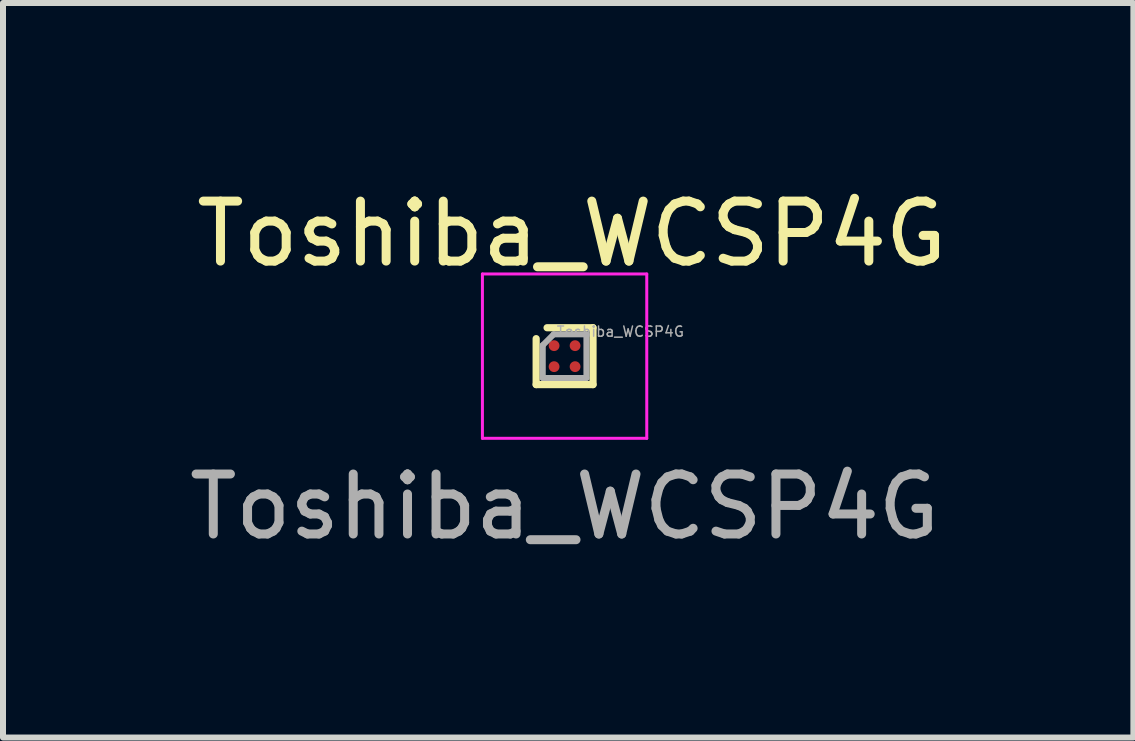
<source format=kicad_pcb>
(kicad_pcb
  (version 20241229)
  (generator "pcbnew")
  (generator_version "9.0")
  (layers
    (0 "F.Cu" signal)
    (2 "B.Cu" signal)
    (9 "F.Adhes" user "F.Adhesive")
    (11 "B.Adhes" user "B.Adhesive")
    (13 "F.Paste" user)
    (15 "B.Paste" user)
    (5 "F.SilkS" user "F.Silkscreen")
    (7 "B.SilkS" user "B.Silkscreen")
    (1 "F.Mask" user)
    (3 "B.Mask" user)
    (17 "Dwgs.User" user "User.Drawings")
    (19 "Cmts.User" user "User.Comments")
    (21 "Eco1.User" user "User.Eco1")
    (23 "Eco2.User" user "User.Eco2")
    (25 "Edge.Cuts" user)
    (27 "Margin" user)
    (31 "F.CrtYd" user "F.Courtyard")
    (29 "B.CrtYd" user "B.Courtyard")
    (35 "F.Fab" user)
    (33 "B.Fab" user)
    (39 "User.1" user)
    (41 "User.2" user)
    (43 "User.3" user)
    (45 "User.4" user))
  (footprint "Toshiba_WCSP4G"
    (layer "F.Cu")
    (at 6.363 2.898)
    (property "Reference" "Toshiba_WCSP4G" (at 0.12 -2.05 0) (unlocked yes) (layer "F.SilkS") (effects (font (size 1 1) (thickness 0.15))))
    (attr smd)
    (fp_line (start -0.474 0.464) (end -0.474 -0.302) (stroke (width 0.12) (type solid)) (layer "F.SilkS"))
    (fp_line (start -0.292 -0.484) (end 0.474 -0.484) (stroke (width 0.12) (type solid)) (layer "F.SilkS"))
    (fp_line (start 0.474 -0.484) (end 0.474 0.464) (stroke (width 0.12) (type solid)) (layer "F.SilkS"))
    (fp_line (start 0.474 0.464) (end -0.474 0.464) (stroke (width 0.12) (type solid)) (layer "F.SilkS"))
    (fp_line (start -1.37 -1.38) (end -1.37 1.36) (stroke (width 0.05) (type solid)) (layer "F.CrtYd"))
    (fp_line (start -1.37 1.36) (end 1.37 1.36) (stroke (width 0.05) (type solid)) (layer "F.CrtYd"))
    (fp_line (start 1.37 -1.38) (end -1.37 -1.38) (stroke (width 0.05) (type solid)) (layer "F.CrtYd"))
    (fp_line (start 1.37 1.36) (end 1.37 -1.38) (stroke (width 0.05) (type solid)) (layer "F.CrtYd"))
    (fp_line (start -0.364 -0.192) (end -0.182 -0.374) (stroke (width 0.1) (type solid)) (layer "F.Fab"))
    (fp_line (start -0.364 0.354) (end -0.364 -0.192) (stroke (width 0.1) (type solid)) (layer "F.Fab"))
    (fp_line (start -0.182 -0.374) (end 0.364 -0.374) (stroke (width 0.1) (type solid)) (layer "F.Fab"))
    (fp_line (start 0.364 -0.374) (end 0.364 0.354) (stroke (width 0.1) (type solid)) (layer "F.Fab"))
    (fp_line (start 0.364 0.354) (end -0.364 0.354) (stroke (width 0.1) (type solid)) (layer "F.Fab"))
    (fp_text user "${REFERENCE}" (at 0 2.5 0) (unlocked yes) (layer "F.Fab") (effects (font (size 1 1) (thickness 0.15))))
    (fp_text user "${REFERENCE}" (at 0.93 -0.42 0) (layer "F.Fab") (effects (font (size 0.17 0.17) (thickness 0.025))))
    (pad "A1" smd circle (at -0.175 -0.185) (size 0.18 0.18) (layers "F.Cu" "F.Mask" "F.Paste"))
    (pad "A2" smd circle (at 0.175 -0.185) (size 0.18 0.18) (layers "F.Cu" "F.Mask" "F.Paste"))
    (pad "B1" smd circle (at -0.175 0.165) (size 0.18 0.18) (layers "F.Cu" "F.Mask" "F.Paste"))
    (pad "B2" smd circle (at 0.175 0.165) (size 0.18 0.18) (layers "F.Cu" "F.Mask" "F.Paste")))
  (gr_rect
    (start -3 -3)
    (end 15.846 9.246)
    (stroke (width 0.1) (type default))
    (fill no)
    (layer "Edge.Cuts")))
</source>
